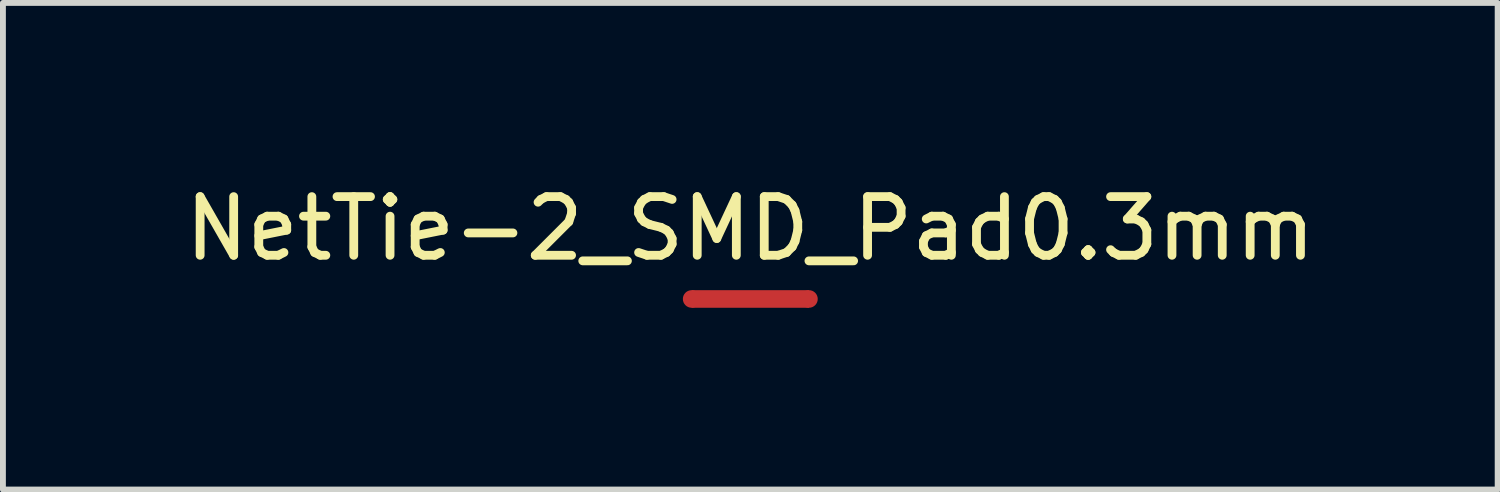
<source format=kicad_pcb>
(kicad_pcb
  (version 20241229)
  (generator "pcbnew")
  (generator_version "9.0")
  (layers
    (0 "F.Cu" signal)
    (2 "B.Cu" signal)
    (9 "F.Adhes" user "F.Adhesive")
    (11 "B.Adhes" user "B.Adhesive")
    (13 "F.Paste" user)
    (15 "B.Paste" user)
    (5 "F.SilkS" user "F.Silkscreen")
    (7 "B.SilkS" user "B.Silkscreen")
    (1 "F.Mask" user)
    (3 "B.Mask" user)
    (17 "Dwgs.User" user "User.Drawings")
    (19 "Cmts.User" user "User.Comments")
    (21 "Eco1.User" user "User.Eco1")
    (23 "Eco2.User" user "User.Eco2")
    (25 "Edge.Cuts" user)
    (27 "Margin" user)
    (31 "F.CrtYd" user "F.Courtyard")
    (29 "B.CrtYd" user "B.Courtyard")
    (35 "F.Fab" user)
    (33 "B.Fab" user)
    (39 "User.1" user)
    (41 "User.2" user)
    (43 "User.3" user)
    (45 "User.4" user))
  (footprint "NetTie-2_SMD_Pad0.3mm"
    (layer "F.Cu")
    (at 9.744 2.048)
    (property "Reference" "NetTie-2_SMD_Pad0.3mm" (at 0 -1.2 0) (layer "F.SilkS") (effects (font (size 1 1) (thickness 0.15))))
    (attr exclude_from_pos_files exclude_from_bom allow_missing_courtyard)
    (fp_poly (pts (xy -1 -0.15) (xy 1 -0.15) (xy 1 0.15) (xy -1 0.15)) (stroke (width 0) (type solid)) (fill yes) (layer "F.Cu"))
    (pad "1" smd circle (at -1 0) (size 0.3 0.3) (layers "F.Cu"))
    (pad "2" smd circle (at 1 0) (size 0.3 0.3) (layers "F.Cu")))
  (gr_rect
    (start -3 -3)
    (end 22.488 5.298)
    (stroke (width 0.1) (type default))
    (fill no)
    (layer "Edge.Cuts")))
</source>
